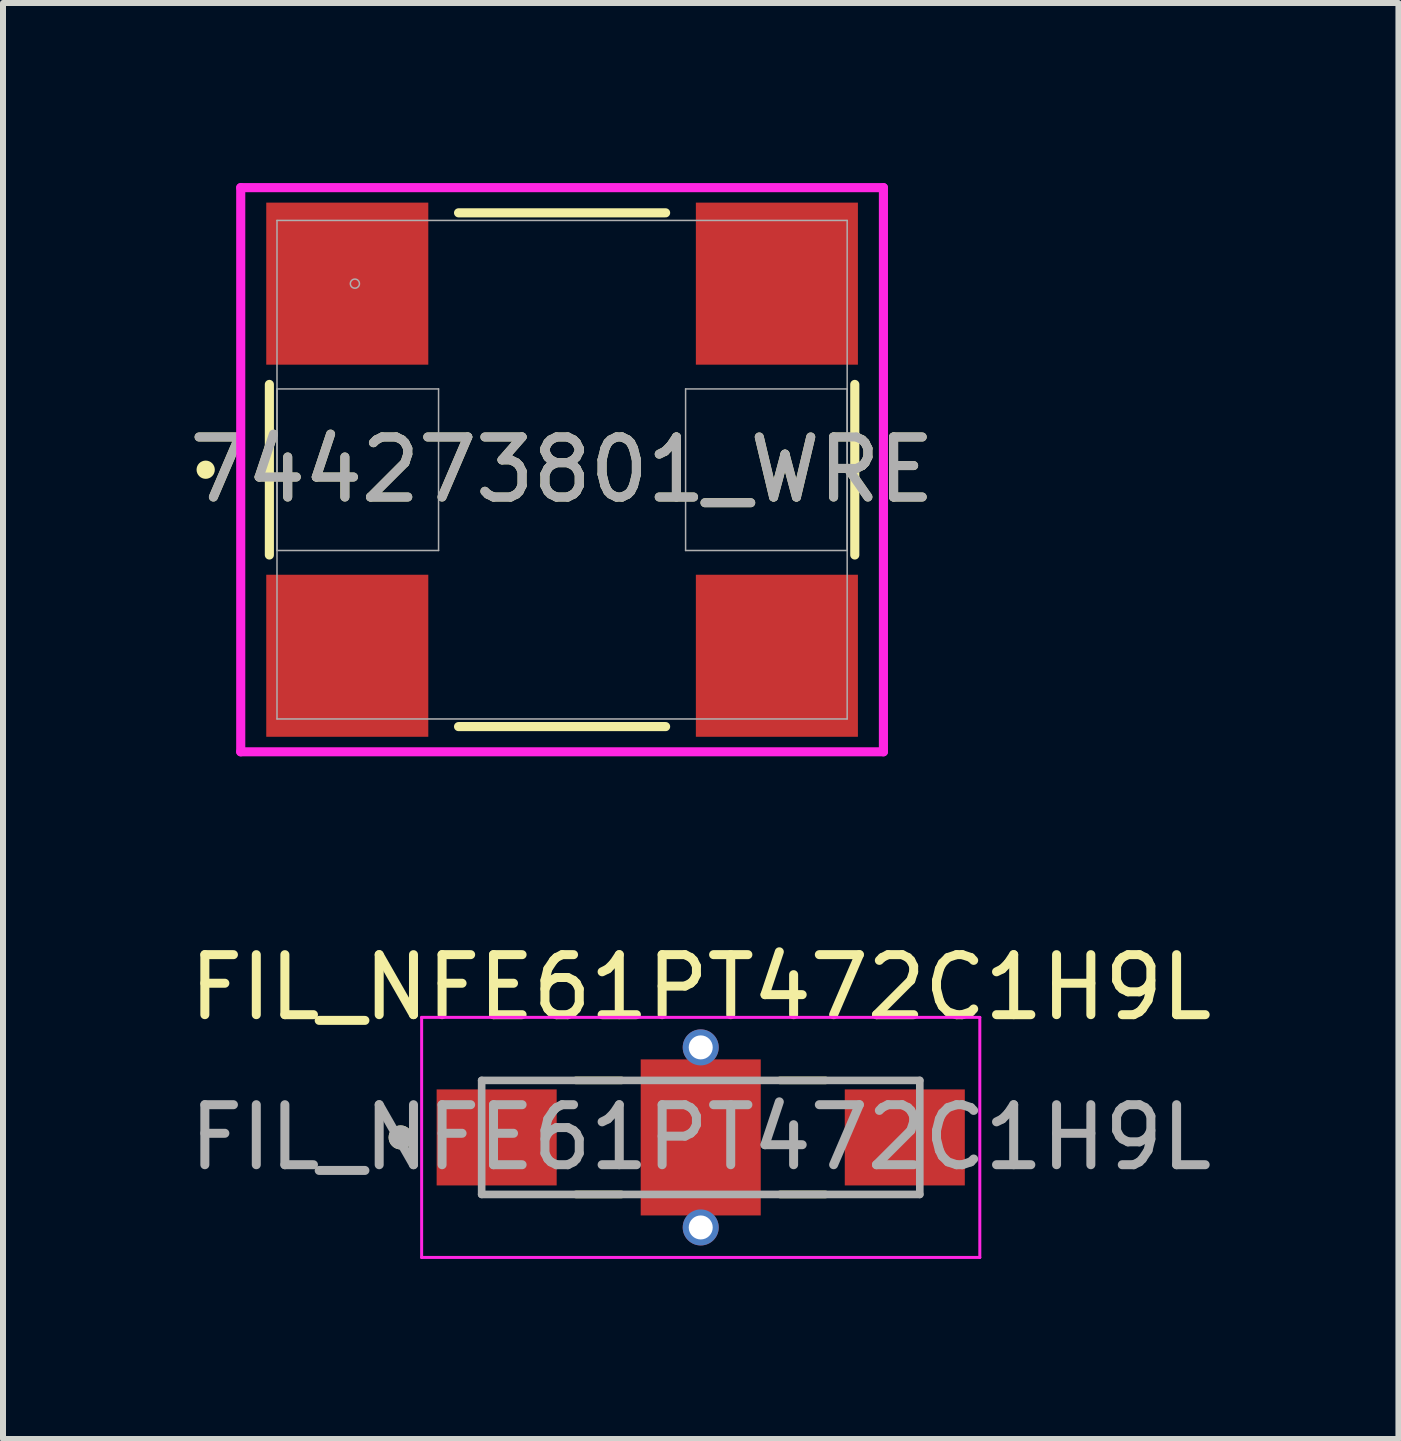
<source format=kicad_pcb>
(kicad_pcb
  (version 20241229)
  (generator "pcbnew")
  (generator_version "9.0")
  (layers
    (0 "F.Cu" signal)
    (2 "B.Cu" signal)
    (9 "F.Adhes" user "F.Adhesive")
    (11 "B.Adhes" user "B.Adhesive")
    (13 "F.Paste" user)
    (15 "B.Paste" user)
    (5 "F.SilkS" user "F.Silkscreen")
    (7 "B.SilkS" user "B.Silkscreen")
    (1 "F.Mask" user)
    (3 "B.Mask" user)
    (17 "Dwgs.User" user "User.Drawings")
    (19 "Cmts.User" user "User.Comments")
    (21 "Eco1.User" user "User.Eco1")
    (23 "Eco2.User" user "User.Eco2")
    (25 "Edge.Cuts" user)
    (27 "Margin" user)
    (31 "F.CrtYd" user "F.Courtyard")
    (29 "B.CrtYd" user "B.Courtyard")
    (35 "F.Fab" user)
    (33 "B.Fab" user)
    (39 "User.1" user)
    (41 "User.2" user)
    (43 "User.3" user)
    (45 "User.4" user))
  (footprint "744273801_WRE"
    (layer "F.Cu")
    (at 6.315 4.776)
    (property "Reference" "744273801_WRE" (at 0 0 0) (unlocked yes) (layer "F.SilkS") (effects (font (size 1 1) (thickness 0.15))))
    (attr smd)
    (fp_line (start -4.877 -1.421) (end -4.877 1.421) (stroke (width 0.152) (type solid)) (layer "F.SilkS"))
    (fp_line (start -1.725 4.28) (end 1.725 4.28) (stroke (width 0.152) (type solid)) (layer "F.SilkS"))
    (fp_line (start 1.725 -4.28) (end -1.725 -4.28) (stroke (width 0.152) (type solid)) (layer "F.SilkS"))
    (fp_line (start 4.877 1.421) (end 4.877 -1.421) (stroke (width 0.152) (type solid)) (layer "F.SilkS"))
    (fp_circle (center -5.938 0) (end -5.862 0) (stroke (width 0.152) (type solid)) (fill no) (layer "F.SilkS"))
    (fp_line (start -5.354 -4.7) (end 5.354 -4.7) (stroke (width 0.152) (type solid)) (layer "F.CrtYd"))
    (fp_line (start -5.354 4.7) (end -5.354 -4.7) (stroke (width 0.152) (type solid)) (layer "F.CrtYd"))
    (fp_line (start 5.354 -4.7) (end 5.354 4.7) (stroke (width 0.152) (type solid)) (layer "F.CrtYd"))
    (fp_line (start 5.354 4.7) (end -5.354 4.7) (stroke (width 0.152) (type solid)) (layer "F.CrtYd"))
    (fp_line (start -4.75 -4.153) (end -4.75 4.153) (stroke (width 0.025) (type solid)) (layer "F.Fab"))
    (fp_line (start -4.75 -1.346) (end -4.75 1.346) (stroke (width 0.025) (type solid)) (layer "F.Fab"))
    (fp_line (start -4.75 1.346) (end -2.058 1.346) (stroke (width 0.025) (type solid)) (layer "F.Fab"))
    (fp_line (start -4.75 4.153) (end 4.75 4.153) (stroke (width 0.025) (type solid)) (layer "F.Fab"))
    (fp_line (start -2.058 -1.346) (end -4.75 -1.346) (stroke (width 0.025) (type solid)) (layer "F.Fab"))
    (fp_line (start -2.058 1.346) (end -2.058 -1.346) (stroke (width 0.025) (type solid)) (layer "F.Fab"))
    (fp_line (start 2.058 -1.346) (end 2.058 1.346) (stroke (width 0.025) (type solid)) (layer "F.Fab"))
    (fp_line (start 2.058 1.346) (end 4.75 1.346) (stroke (width 0.025) (type solid)) (layer "F.Fab"))
    (fp_line (start 4.75 -4.153) (end -4.75 -4.153) (stroke (width 0.025) (type solid)) (layer "F.Fab"))
    (fp_line (start 4.75 -1.346) (end 2.058 -1.346) (stroke (width 0.025) (type solid)) (layer "F.Fab"))
    (fp_line (start 4.75 1.346) (end 4.75 -1.346) (stroke (width 0.025) (type solid)) (layer "F.Fab"))
    (fp_line (start 4.75 4.153) (end 4.75 -4.153) (stroke (width 0.025) (type solid)) (layer "F.Fab"))
    (fp_circle (center -3.452 -3.1) (end -3.376 -3.1) (stroke (width 0.025) (type solid)) (fill no) (layer "F.Fab"))
    (fp_text user "${REFERENCE}" (at 0 0 0) (unlocked yes) (layer "F.Fab") (effects (font (size 1 1) (thickness 0.15))))
    (pad "1" smd rect (at -3.579 3.1) (size 2.7 2.7) (layers "F.Cu" "F.Mask" "F.Paste"))
    (pad "2" smd rect (at 3.579 3.1) (size 2.7 2.7) (layers "F.Cu" "F.Mask" "F.Paste"))
    (pad "3" smd rect (at 3.579 -3.1) (size 2.7 2.7) (layers "F.Cu" "F.Mask" "F.Paste"))
    (pad "4" smd rect (at -3.579 -3.1) (size 2.7 2.7) (layers "F.Cu" "F.Mask" "F.Paste"))
    (zone (net_name "") (layer "F.Cu") (hatch full 0.508) (connect_pads) (min_thickness 0.254) (filled_areas_thickness no) (keepout (tracks not_allowed) (vias not_allowed) (pads allowed) (copperpour not_allowed) (footprints allowed)) (placement (enabled no)) (fill) (polygon (pts (xy 4.309 0.674) (xy 8.322 0.674) (xy 8.322 8.879) (xy 4.309 8.879)))))
  (footprint "FIL_NFE61PT472C1H9L"
    (layer "F.Cu")
    (at 8.625 15.901)
    (property "Reference" "FIL_NFE61PT472C1H9L" (at 0 -2.5 0) (layer "F.SilkS") (effects (font (size 1 1) (thickness 0.15))))
    (attr smd)
    (fp_line (start -2.08 -0.95) (end -1.32 -0.95) (stroke (width 0.127) (type solid)) (layer "F.SilkS"))
    (fp_line (start -1.32 0.95) (end -2.08 0.95) (stroke (width 0.127) (type solid)) (layer "F.SilkS"))
    (fp_line (start 1.32 -0.95) (end 2.08 -0.95) (stroke (width 0.127) (type solid)) (layer "F.SilkS"))
    (fp_line (start 2.08 0.95) (end 1.32 0.95) (stroke (width 0.127) (type solid)) (layer "F.SilkS"))
    (fp_circle (center -5 0) (end -4.9 0) (stroke (width 0.2) (type solid)) (fill no) (layer "F.SilkS"))
    (fp_poly (pts (xy -0.75 -1.3) (xy 0.75 -1.3) (xy 0.75 1.3) (xy -0.75 1.3)) (stroke (width 0.01) (type solid)) (fill yes) (layer "F.Paste"))
    (fp_line (start -4.65 -2) (end -4.65 2) (stroke (width 0.05) (type solid)) (layer "F.CrtYd"))
    (fp_line (start -4.65 2) (end 4.65 2) (stroke (width 0.05) (type solid)) (layer "F.CrtYd"))
    (fp_line (start 4.65 -2) (end -4.65 -2) (stroke (width 0.05) (type solid)) (layer "F.CrtYd"))
    (fp_line (start 4.65 2) (end 4.65 -2) (stroke (width 0.05) (type solid)) (layer "F.CrtYd"))
    (fp_line (start -3.65 -0.95) (end 3.65 -0.95) (stroke (width 0.127) (type solid)) (layer "F.Fab"))
    (fp_line (start -3.65 0.95) (end -3.65 -0.95) (stroke (width 0.127) (type solid)) (layer "F.Fab"))
    (fp_line (start 3.65 -0.95) (end 3.65 0.95) (stroke (width 0.127) (type solid)) (layer "F.Fab"))
    (fp_line (start 3.65 0.95) (end -3.65 0.95) (stroke (width 0.127) (type solid)) (layer "F.Fab"))
    (fp_circle (center -5 0) (end -4.9 0) (stroke (width 0.2) (type solid)) (fill no) (layer "F.Fab"))
    (fp_text user "${REFERENCE}" (at 0 0 0) (layer "F.Fab") (effects (font (size 1 1) (thickness 0.15))))
    (pad "1" smd rect (at -3.4 0) (size 2 1.6) (layers "F.Cu" "F.Mask" "F.Paste"))
    (pad "2" thru_hole circle (at 0 -1.5) (size 0.6 0.6) (drill 0.4) (layers "*.Cu" "*.Mask"))
    (pad "2" smd rect (at 0 0) (size 2 2.6) (layers "F.Cu" "F.Mask"))
    (pad "2" thru_hole circle (at 0 1.5) (size 0.6 0.6) (drill 0.4) (layers "*.Cu" "*.Mask"))
    (pad "3" smd rect (at 3.4 0 180) (size 2 1.6) (layers "F.Cu" "F.Mask" "F.Paste")))
  (gr_rect
    (start -3 -3)
    (end 20.25 20.926)
    (stroke (width 0.1) (type default))
    (fill no)
    (layer "Edge.Cuts")))
</source>
